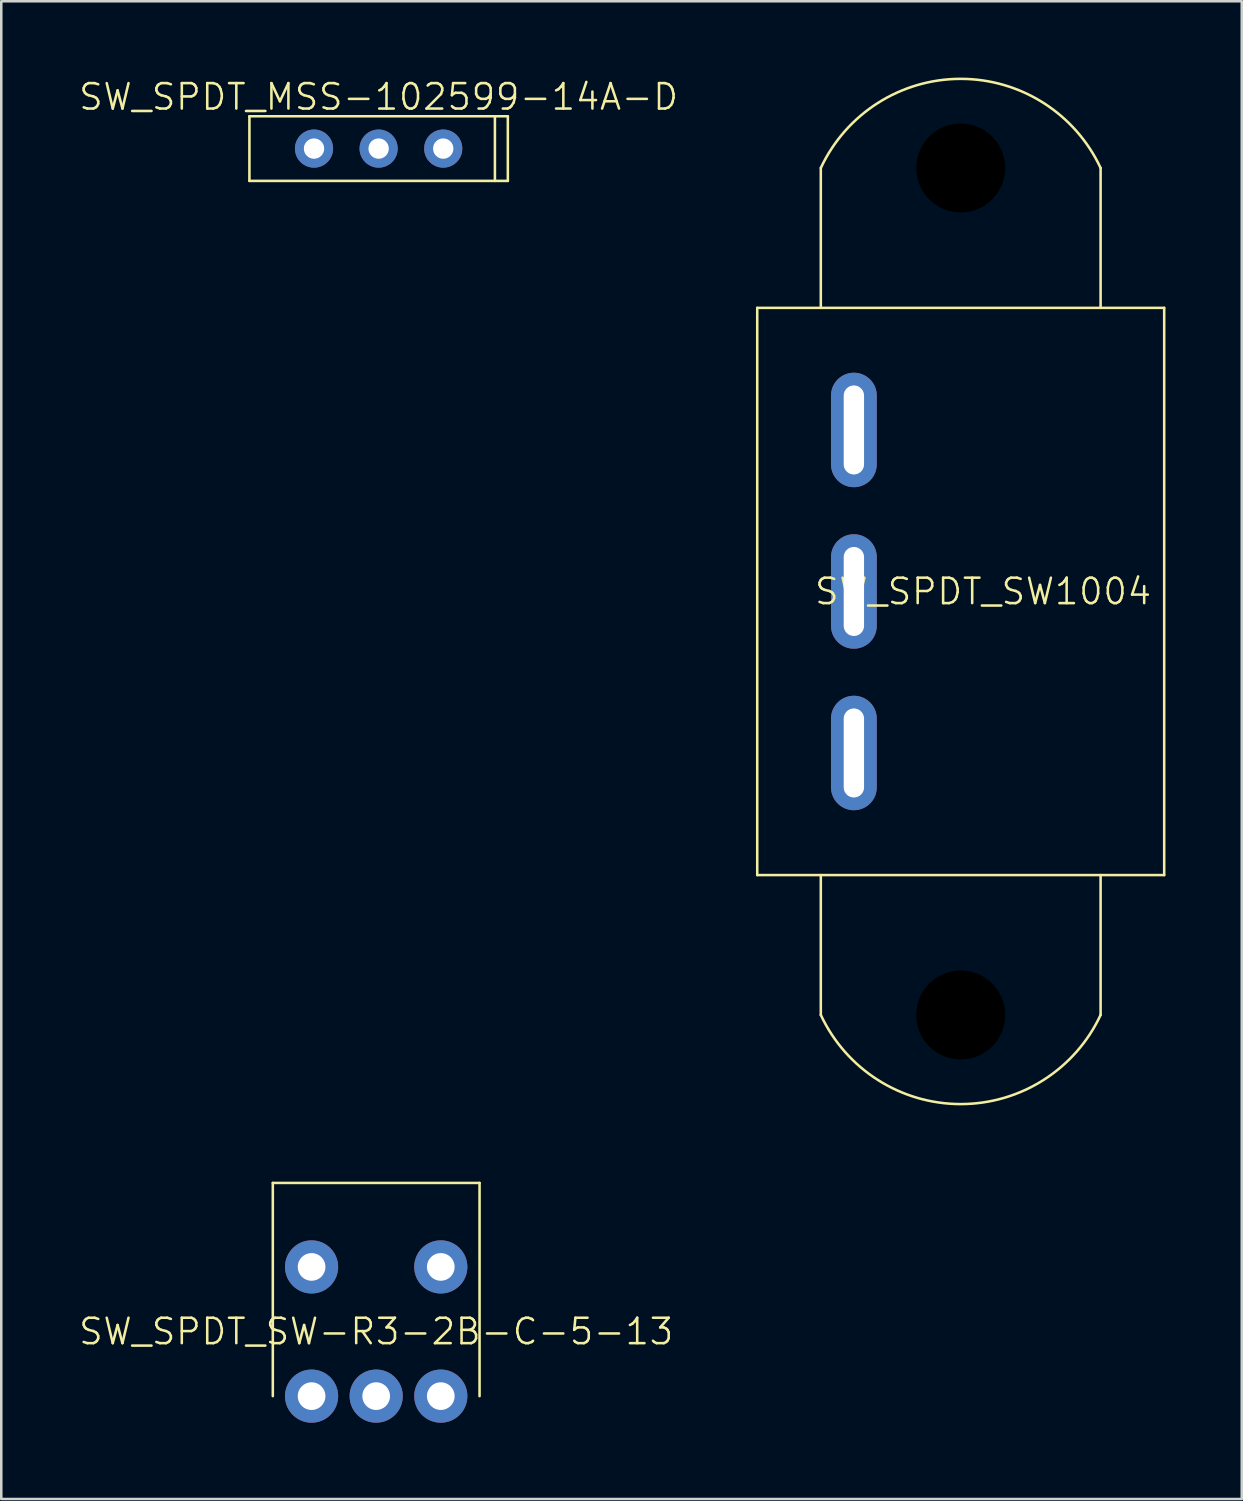
<source format=kicad_pcb>
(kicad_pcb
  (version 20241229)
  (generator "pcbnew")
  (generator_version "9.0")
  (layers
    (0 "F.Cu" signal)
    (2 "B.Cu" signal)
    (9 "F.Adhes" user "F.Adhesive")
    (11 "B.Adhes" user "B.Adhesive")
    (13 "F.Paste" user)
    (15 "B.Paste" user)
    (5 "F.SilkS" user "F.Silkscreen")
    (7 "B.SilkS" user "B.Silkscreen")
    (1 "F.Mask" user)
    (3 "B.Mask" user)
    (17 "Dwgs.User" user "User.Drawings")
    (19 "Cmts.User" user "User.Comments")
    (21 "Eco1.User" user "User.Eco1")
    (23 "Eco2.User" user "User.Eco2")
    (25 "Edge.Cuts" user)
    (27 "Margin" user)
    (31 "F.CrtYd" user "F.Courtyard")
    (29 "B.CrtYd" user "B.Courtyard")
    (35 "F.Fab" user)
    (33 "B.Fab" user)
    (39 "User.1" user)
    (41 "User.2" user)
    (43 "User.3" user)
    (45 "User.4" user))
  (footprint "SW_SPDT_SW1004"
    (layer "F.Cu")
    (at 30.521 20.204)
    (property "Reference" "SW_SPDT_SW1004" (at 5.08 0 0) (unlocked yes) (layer "F.SilkS") (effects (font (size 1 1) (thickness 0.1))))
    (attr through_hole)
    (fp_line (start -3.8 -11.15) (end -3.8 11.15) (stroke (width 0.1) (type default)) (layer "F.SilkS"))
    (fp_line (start -3.8 11.15) (end 12.2 11.15) (stroke (width 0.1) (type default)) (layer "F.SilkS"))
    (fp_line (start -1.3 -11.15) (end -1.3 -16.65) (stroke (width 0.1) (type default)) (layer "F.SilkS"))
    (fp_line (start -1.3 11.15) (end -1.3 16.65) (stroke (width 0.1) (type default)) (layer "F.SilkS"))
    (fp_line (start 9.7 -11.15) (end 9.7 -16.65) (stroke (width 0.1) (type default)) (layer "F.SilkS"))
    (fp_line (start 9.7 11.15) (end 9.7 16.65) (stroke (width 0.1) (type default)) (layer "F.SilkS"))
    (fp_line (start 12.2 -11.15) (end -3.8 -11.15) (stroke (width 0.1) (type default)) (layer "F.SilkS"))
    (fp_line (start 12.2 -11.15) (end 12.2 11.15) (stroke (width 0.1) (type default)) (layer "F.SilkS"))
    (fp_arc (start -1.3 -16.65) (mid 4.2 -20.153887) (end 9.7 -16.65) (stroke (width 0.1) (type default)) (layer "F.SilkS"))
    (fp_arc (start 9.7 16.65) (mid 4.2 20.153887) (end -1.3 16.65) (stroke (width 0.1) (type default)) (layer "F.SilkS"))
    (pad "" np_thru_hole circle (at 4.2 -16.65) (size 3.5 3.5) (drill 3.5) (layers "*.Mask"))
    (pad "" np_thru_hole circle (at 4.2 16.65) (size 3.5 3.5) (drill 3.5) (layers "*.Mask"))
    (pad "1" thru_hole oval (at 0 -6.35) (size 1.8 4.5) (drill oval 0.8 3.5) (layers "*.Cu" "*.Mask"))
    (pad "2" thru_hole oval (at 0 0) (size 1.8 4.5) (drill oval 0.8 3.5) (layers "*.Cu" "*.Mask"))
    (pad "3" thru_hole oval (at 0 6.35) (size 1.8 4.5) (drill oval 0.8 3.5) (layers "*.Cu" "*.Mask")))
  (footprint "SW_SPDT_SW-R3-2B-C-5-13"
    (layer "F.Cu")
    (at 11.74 51.84)
    (property "Reference" "SW_SPDT_SW-R3-2B-C-5-13" (at 0 -2.54 0) (unlocked yes) (layer "F.SilkS") (effects (font (size 1 1) (thickness 0.1))))
    (attr through_hole)
    (fp_line (start -4.064 -8.382) (end -4.064 0) (stroke (width 0.1) (type default)) (layer "F.SilkS"))
    (fp_line (start 4.064 -8.382) (end -4.064 -8.382) (stroke (width 0.1) (type default)) (layer "F.SilkS"))
    (fp_line (start 4.064 0) (end 4.064 -8.382) (stroke (width 0.1) (type default)) (layer "F.SilkS"))
    (pad "" thru_hole circle (at -2.54 -5.08) (size 2.09 2.09) (drill 1.09) (layers "*.Cu" "*.Mask"))
    (pad "" thru_hole circle (at 2.54 -5.08) (size 2.09 2.09) (drill 1.09) (layers "*.Cu" "*.Mask"))
    (pad "1" thru_hole circle (at -2.54 0) (size 2.09 2.09) (drill 1.09) (layers "*.Cu" "*.Mask"))
    (pad "2" thru_hole circle (at 0 0) (size 2.09 2.09) (drill 1.09) (layers "*.Cu" "*.Mask"))
    (pad "3" thru_hole circle (at 2.54 0) (size 2.09 2.09) (drill 1.09) (layers "*.Cu" "*.Mask")))
  (footprint "SW_SPDT_MSS-102599-14A-D"
    (layer "F.Cu")
    (at 11.836 2.792)
    (property "Reference" "SW_SPDT_MSS-102599-14A-D" (at 0 -2.032 0) (unlocked yes) (layer "F.SilkS") (effects (font (size 1 1) (thickness 0.1))))
    (attr through_hole)
    (fp_line (start -5.08 -1.27) (end 5.08 -1.27) (stroke (width 0.1) (type default)) (layer "F.SilkS"))
    (fp_line (start -5.08 1.27) (end -5.08 -1.27) (stroke (width 0.1) (type default)) (layer "F.SilkS"))
    (fp_line (start 4.572 1.27) (end 4.572 -1.27) (stroke (width 0.1) (type default)) (layer "F.SilkS"))
    (fp_line (start 5.08 -1.27) (end 5.08 1.27) (stroke (width 0.1) (type default)) (layer "F.SilkS"))
    (fp_line (start 5.08 1.27) (end -5.08 1.27) (stroke (width 0.1) (type default)) (layer "F.SilkS"))
    (pad "1" thru_hole circle (at 2.54 0) (size 1.5 1.5) (drill 0.8) (layers "*.Cu" "*.Mask"))
    (pad "2" thru_hole circle (at 0 0) (size 1.5 1.5) (drill 0.8) (layers "*.Cu" "*.Mask"))
    (pad "3" thru_hole circle (at -2.54 0) (size 1.5 1.5) (drill 0.8) (layers "*.Cu" "*.Mask")))
  (gr_rect
    (start -3 -3)
    (end 45.771 55.885)
    (stroke (width 0.1) (type default))
    (fill no)
    (layer "Edge.Cuts")))
</source>
